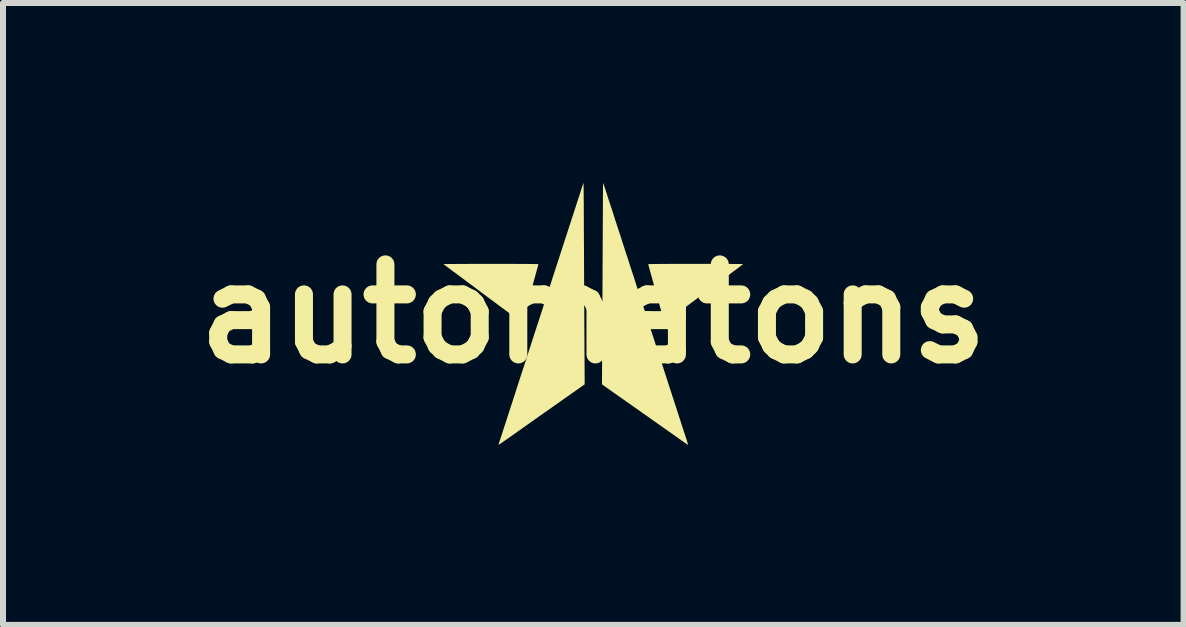
<source format=kicad_pcb>
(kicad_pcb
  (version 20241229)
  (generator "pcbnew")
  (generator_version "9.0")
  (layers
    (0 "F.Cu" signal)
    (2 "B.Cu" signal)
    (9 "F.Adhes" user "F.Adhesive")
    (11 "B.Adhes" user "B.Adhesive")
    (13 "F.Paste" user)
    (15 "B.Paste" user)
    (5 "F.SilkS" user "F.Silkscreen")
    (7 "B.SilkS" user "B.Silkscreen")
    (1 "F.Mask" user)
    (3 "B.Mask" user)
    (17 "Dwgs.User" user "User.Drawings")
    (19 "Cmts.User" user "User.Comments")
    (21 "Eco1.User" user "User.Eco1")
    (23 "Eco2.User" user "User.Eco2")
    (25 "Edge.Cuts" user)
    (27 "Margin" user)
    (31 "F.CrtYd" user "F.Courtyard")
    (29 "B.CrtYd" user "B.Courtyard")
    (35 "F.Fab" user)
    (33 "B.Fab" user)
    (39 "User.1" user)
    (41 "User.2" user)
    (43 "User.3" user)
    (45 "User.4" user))
  (footprint "automatons"
    (layer "F.Cu")
    (at 6.836 2.177)
    (property "Reference" "automatons" (at 0 0 0) (layer "F.SilkS") (effects (font (size 1.5 1.5) (thickness 0.3))))
    (attr board_only exclude_from_pos_files exclude_from_bom)
    (fp_poly (pts (xy -1.596 -0.83) (xy -1.494 -0.83) (xy -1.4 -0.83) (xy -1.313 -0.83) (xy -1.234 -0.829) (xy -1.164 -0.829) (xy -1.101 -0.829) (xy -1.048 -0.828) (xy -1.003 -0.828) (xy -0.967 -0.827) (xy -0.94 -0.827) (xy -0.923 -0.826) (xy -0.915 -0.825) (xy -0.915 -0.825) (xy -0.916 -0.822) (xy -0.917 -0.815) (xy -0.92 -0.804) (xy -0.925 -0.787) (xy -0.931 -0.764) (xy -0.939 -0.735) (xy -0.949 -0.699) (xy -0.961 -0.656) (xy -0.975 -0.604) (xy -0.992 -0.543) (xy -0.997 -0.525) (xy -1.005 -0.497) (xy -1.015 -0.462) (xy -1.026 -0.422) (xy -1.037 -0.381) (xy -1.049 -0.341) (xy -1.052 -0.328) (xy -1.062 -0.291) (xy -1.072 -0.256) (xy -1.082 -0.222) (xy -1.092 -0.185) (xy -1.103 -0.146) (xy -1.115 -0.102) (xy -1.129 -0.052) (xy -1.146 0.006) (xy -1.15 0.022) (xy -1.161 0.062) (xy -1.17 0.092) (xy -1.176 0.115) (xy -1.181 0.131) (xy -1.184 0.141) (xy -1.186 0.146) (xy -1.186 0.148) (xy -1.191 0.145) (xy -1.202 0.138) (xy -1.218 0.126) (xy -1.24 0.11) (xy -1.265 0.091) (xy -1.285 0.077) (xy -1.319 0.051) (xy -1.359 0.022) (xy -1.4 -0.009) (xy -1.441 -0.04) (xy -1.478 -0.067) (xy -1.485 -0.072) (xy -1.562 -0.129) (xy -1.631 -0.181) (xy -1.695 -0.228) (xy -1.753 -0.271) (xy -1.806 -0.311) (xy -1.856 -0.348) (xy -1.903 -0.383) (xy -1.948 -0.417) (xy -1.992 -0.45) (xy -2.037 -0.483) (xy -2.082 -0.516) (xy -2.128 -0.551) (xy -2.177 -0.588) (xy -2.23 -0.627) (xy -2.257 -0.647) (xy -2.299 -0.678) (xy -2.338 -0.707) (xy -2.374 -0.734) (xy -2.406 -0.758) (xy -2.434 -0.779) (xy -2.457 -0.796) (xy -2.474 -0.808) (xy -2.484 -0.815) (xy -2.486 -0.817) (xy -2.493 -0.823) (xy -2.495 -0.826) (xy -2.49 -0.827) (xy -2.476 -0.827) (xy -2.452 -0.827) (xy -2.421 -0.828) (xy -2.381 -0.828) (xy -2.334 -0.828) (xy -2.28 -0.829) (xy -2.22 -0.829) (xy -2.155 -0.829) (xy -2.084 -0.83) (xy -2.008 -0.83) (xy -1.928 -0.83) (xy -1.845 -0.83) (xy -1.759 -0.83) (xy -1.705 -0.83)) (stroke (width 0) (type solid)) (fill yes) (layer "F.SilkS"))
    (fp_poly (pts (xy 1.793 -0.83) (xy 1.878 -0.83) (xy 1.96 -0.83) (xy 2.038 -0.83) (xy 2.112 -0.829) (xy 2.181 -0.829) (xy 2.245 -0.829) (xy 2.302 -0.829) (xy 2.353 -0.828) (xy 2.397 -0.828) (xy 2.434 -0.828) (xy 2.462 -0.827) (xy 2.482 -0.827) (xy 2.493 -0.827) (xy 2.495 -0.826) (xy 2.491 -0.823) (xy 2.479 -0.814) (xy 2.462 -0.8) (xy 2.438 -0.782) (xy 2.41 -0.761) (xy 2.378 -0.736) (xy 2.342 -0.71) (xy 2.308 -0.684) (xy 2.263 -0.65) (xy 2.211 -0.612) (xy 2.156 -0.571) (xy 2.099 -0.528) (xy 2.042 -0.486) (xy 1.987 -0.445) (xy 1.937 -0.408) (xy 1.923 -0.397) (xy 1.88 -0.365) (xy 1.836 -0.333) (xy 1.793 -0.301) (xy 1.752 -0.271) (xy 1.715 -0.243) (xy 1.682 -0.218) (xy 1.655 -0.198) (xy 1.637 -0.185) (xy 1.614 -0.167) (xy 1.584 -0.145) (xy 1.549 -0.119) (xy 1.51 -0.09) (xy 1.469 -0.06) (xy 1.428 -0.029) (xy 1.388 0.001) (xy 1.385 0.003) (xy 1.34 0.037) (xy 1.302 0.065) (xy 1.271 0.088) (xy 1.246 0.107) (xy 1.226 0.121) (xy 1.211 0.132) (xy 1.2 0.139) (xy 1.193 0.144) (xy 1.188 0.147) (xy 1.185 0.147) (xy 1.184 0.146) (xy 1.184 0.144) (xy 1.183 0.142) (xy 1.183 0.141) (xy 1.181 0.134) (xy 1.177 0.118) (xy 1.171 0.097) (xy 1.163 0.07) (xy 1.155 0.041) (xy 1.155 0.04) (xy 1.146 0.009) (xy 1.138 -0.019) (xy 1.131 -0.044) (xy 1.126 -0.064) (xy 1.123 -0.075) (xy 1.119 -0.087) (xy 1.113 -0.107) (xy 1.106 -0.132) (xy 1.099 -0.161) (xy 1.093 -0.18) (xy 1.083 -0.218) (xy 1.07 -0.264) (xy 1.055 -0.317) (xy 1.038 -0.378) (xy 1.019 -0.447) (xy 0.997 -0.524) (xy 0.973 -0.611) (xy 0.958 -0.666) (xy 0.947 -0.703) (xy 0.938 -0.738) (xy 0.93 -0.768) (xy 0.923 -0.793) (xy 0.918 -0.812) (xy 0.915 -0.822) (xy 0.915 -0.825) (xy 0.918 -0.825) (xy 0.928 -0.826) (xy 0.945 -0.827) (xy 0.969 -0.827) (xy 1.001 -0.828) (xy 1.04 -0.828) (xy 1.087 -0.829) (xy 1.142 -0.829) (xy 1.206 -0.829) (xy 1.278 -0.83) (xy 1.359 -0.83) (xy 1.45 -0.83) (xy 1.549 -0.83) (xy 1.659 -0.83) (xy 1.705 -0.83)) (stroke (width 0) (type solid)) (fill yes) (layer "F.SilkS"))
    (fp_poly (pts (xy 0.165 -2.176) (xy 0.166 -2.175) (xy 0.166 -2.175) (xy 0.168 -2.169) (xy 0.173 -2.154) (xy 0.18 -2.132) (xy 0.19 -2.104) (xy 0.2 -2.071) (xy 0.212 -2.034) (xy 0.223 -2.002) (xy 0.235 -1.963) (xy 0.247 -1.925) (xy 0.258 -1.892) (xy 0.268 -1.863) (xy 0.275 -1.839) (xy 0.281 -1.824) (xy 0.283 -1.817) (xy 0.286 -1.808) (xy 0.292 -1.79) (xy 0.3 -1.766) (xy 0.31 -1.735) (xy 0.321 -1.7) (xy 0.333 -1.662) (xy 0.343 -1.633) (xy 0.357 -1.588) (xy 0.372 -1.54) (xy 0.388 -1.493) (xy 0.402 -1.448) (xy 0.416 -1.407) (xy 0.427 -1.372) (xy 0.43 -1.363) (xy 0.443 -1.324) (xy 0.457 -1.281) (xy 0.471 -1.237) (xy 0.484 -1.196) (xy 0.494 -1.165) (xy 0.505 -1.131) (xy 0.518 -1.091) (xy 0.532 -1.048) (xy 0.546 -1.004) (xy 0.559 -0.964) (xy 0.562 -0.958) (xy 0.577 -0.911) (xy 0.595 -0.856) (xy 0.615 -0.792) (xy 0.638 -0.721) (xy 0.664 -0.643) (xy 0.691 -0.559) (xy 0.72 -0.468) (xy 0.733 -0.427) (xy 0.744 -0.395) (xy 0.755 -0.361) (xy 0.767 -0.324) (xy 0.781 -0.282) (xy 0.796 -0.235) (xy 0.813 -0.181) (xy 0.833 -0.12) (xy 0.856 -0.051) (xy 0.859 -0.04) (xy 0.869 -0.01) (xy 0.882 0.028) (xy 0.896 0.072) (xy 0.911 0.119) (xy 0.927 0.168) (xy 0.943 0.217) (xy 0.955 0.255) (xy 0.968 0.297) (xy 0.981 0.337) (xy 0.993 0.373) (xy 1.004 0.405) (xy 1.012 0.431) (xy 1.018 0.45) (xy 1.022 0.461) (xy 1.022 0.463) (xy 1.026 0.475) (xy 1.033 0.494) (xy 1.04 0.518) (xy 1.049 0.544) (xy 1.05 0.547) (xy 1.058 0.572) (xy 1.068 0.604) (xy 1.08 0.64) (xy 1.092 0.678) (xy 1.104 0.715) (xy 1.107 0.725) (xy 1.125 0.779) (xy 1.142 0.831) (xy 1.159 0.883) (xy 1.177 0.938) (xy 1.195 0.995) (xy 1.216 1.058) (xy 1.238 1.128) (xy 1.258 1.188) (xy 1.271 1.228) (xy 1.284 1.268) (xy 1.296 1.305) (xy 1.307 1.338) (xy 1.315 1.366) (xy 1.322 1.386) (xy 1.325 1.395) (xy 1.33 1.41) (xy 1.338 1.434) (xy 1.347 1.463) (xy 1.358 1.498) (xy 1.371 1.536) (xy 1.384 1.576) (xy 1.39 1.595) (xy 1.413 1.667) (xy 1.434 1.732) (xy 1.453 1.79) (xy 1.47 1.844) (xy 1.487 1.894) (xy 1.503 1.944) (xy 1.519 1.994) (xy 1.536 2.046) (xy 1.54 2.057) (xy 1.551 2.09) (xy 1.56 2.121) (xy 1.568 2.146) (xy 1.574 2.167) (xy 1.578 2.18) (xy 1.579 2.185) (xy 1.575 2.183) (xy 1.564 2.177) (xy 1.548 2.167) (xy 1.532 2.155) (xy 1.508 2.139) (xy 1.48 2.119) (xy 1.452 2.099) (xy 1.432 2.085) (xy 1.405 2.066) (xy 1.374 2.044) (xy 1.339 2.019) (xy 1.302 1.993) (xy 1.263 1.966) (xy 1.226 1.94) (xy 1.189 1.914) (xy 1.156 1.89) (xy 1.126 1.869) (xy 1.101 1.852) (xy 1.083 1.839) (xy 1.077 1.835) (xy 1.053 1.818) (xy 1.02 1.795) (xy 0.982 1.768) (xy 0.938 1.736) (xy 0.889 1.702) (xy 0.836 1.665) (xy 0.78 1.625) (xy 0.722 1.584) (xy 0.663 1.543) (xy 0.603 1.501) (xy 0.544 1.459) (xy 0.486 1.418) (xy 0.43 1.379) (xy 0.377 1.342) (xy 0.329 1.308) (xy 0.285 1.277) (xy 0.283 1.275) (xy 0.144 1.177) (xy 0.147 0.693) (xy 0.147 0.64) (xy 0.148 0.578) (xy 0.148 0.507) (xy 0.148 0.429) (xy 0.149 0.343) (xy 0.149 0.252) (xy 0.15 0.154) (xy 0.15 0.052) (xy 0.151 -0.054) (xy 0.151 -0.164) (xy 0.152 -0.277) (xy 0.153 -0.391) (xy 0.153 -0.507) (xy 0.154 -0.623) (xy 0.154 -0.739) (xy 0.155 -0.854) (xy 0.155 -0.935) (xy 0.156 -1.067) (xy 0.156 -1.189) (xy 0.157 -1.303) (xy 0.157 -1.407) (xy 0.158 -1.502) (xy 0.158 -1.59) (xy 0.159 -1.67) (xy 0.159 -1.742) (xy 0.159 -1.807) (xy 0.16 -1.865) (xy 0.16 -1.917) (xy 0.16 -1.963) (xy 0.161 -2.003) (xy 0.161 -2.038) (xy 0.161 -2.068) (xy 0.162 -2.094) (xy 0.162 -2.115) (xy 0.162 -2.132) (xy 0.162 -2.146) (xy 0.163 -2.157) (xy 0.163 -2.165) (xy 0.163 -2.171) (xy 0.164 -2.174) (xy 0.164 -2.176) (xy 0.165 -2.177)) (stroke (width 0) (type solid)) (fill yes) (layer "F.SilkS"))
    (fp_poly (pts (xy -0.164 -2.176) (xy -0.164 -2.175) (xy -0.164 -2.172) (xy -0.163 -2.167) (xy -0.163 -2.16) (xy -0.163 -2.15) (xy -0.162 -2.137) (xy -0.162 -2.12) (xy -0.162 -2.1) (xy -0.161 -2.076) (xy -0.161 -2.048) (xy -0.161 -2.014) (xy -0.16 -1.975) (xy -0.16 -1.931) (xy -0.16 -1.881) (xy -0.159 -1.825) (xy -0.159 -1.762) (xy -0.159 -1.692) (xy -0.158 -1.614) (xy -0.158 -1.529) (xy -0.158 -1.436) (xy -0.157 -1.334) (xy -0.157 -1.224) (xy -0.156 -1.104) (xy -0.155 -0.975) (xy -0.155 -0.935) (xy -0.155 -0.821) (xy -0.154 -0.706) (xy -0.154 -0.59) (xy -0.153 -0.474) (xy -0.152 -0.358) (xy -0.152 -0.244) (xy -0.151 -0.133) (xy -0.151 -0.024) (xy -0.15 0.082) (xy -0.15 0.183) (xy -0.149 0.278) (xy -0.149 0.368) (xy -0.148 0.452) (xy -0.148 0.528) (xy -0.148 0.596) (xy -0.147 0.656) (xy -0.147 0.693) (xy -0.144 1.177) (xy -0.181 1.203) (xy -0.196 1.214) (xy -0.219 1.23) (xy -0.247 1.25) (xy -0.28 1.273) (xy -0.317 1.299) (xy -0.357 1.326) (xy -0.397 1.355) (xy -0.438 1.384) (xy -0.479 1.412) (xy -0.517 1.439) (xy -0.552 1.464) (xy -0.562 1.472) (xy -0.618 1.511) (xy -0.668 1.546) (xy -0.716 1.58) (xy -0.762 1.612) (xy -0.809 1.645) (xy -0.857 1.679) (xy -0.91 1.716) (xy -0.968 1.757) (xy -1 1.78) (xy -1.042 1.81) (xy -1.084 1.839) (xy -1.126 1.869) (xy -1.165 1.896) (xy -1.2 1.921) (xy -1.231 1.943) (xy -1.256 1.96) (xy -1.265 1.967) (xy -1.317 2.004) (xy -1.366 2.039) (xy -1.412 2.071) (xy -1.453 2.099) (xy -1.489 2.125) (xy -1.52 2.146) (xy -1.545 2.163) (xy -1.563 2.176) (xy -1.574 2.183) (xy -1.578 2.185) (xy -1.579 2.181) (xy -1.577 2.174) (xy -1.575 2.166) (xy -1.57 2.15) (xy -1.563 2.128) (xy -1.554 2.101) (xy -1.544 2.07) (xy -1.54 2.058) (xy -1.519 1.994) (xy -1.501 1.939) (xy -1.486 1.89) (xy -1.471 1.846) (xy -1.458 1.806) (xy -1.446 1.769) (xy -1.434 1.732) (xy -1.422 1.694) (xy -1.409 1.654) (xy -1.395 1.61) (xy -1.392 1.603) (xy -1.379 1.562) (xy -1.366 1.522) (xy -1.354 1.485) (xy -1.343 1.452) (xy -1.335 1.424) (xy -1.328 1.404) (xy -1.325 1.395) (xy -1.318 1.374) (xy -1.309 1.347) (xy -1.299 1.316) (xy -1.29 1.287) (xy -1.288 1.282) (xy -1.263 1.203) (xy -1.238 1.126) (xy -1.214 1.052) (xy -1.191 0.981) (xy -1.17 0.916) (xy -1.15 0.856) (xy -1.133 0.803) (xy -1.118 0.758) (xy -1.108 0.725) (xy -1.096 0.69) (xy -1.083 0.649) (xy -1.068 0.602) (xy -1.052 0.554) (xy -1.037 0.506) (xy -1.022 0.461) (xy -1.02 0.455) (xy -1.008 0.416) (xy -0.996 0.38) (xy -0.985 0.347) (xy -0.976 0.319) (xy -0.969 0.297) (xy -0.964 0.282) (xy -0.962 0.278) (xy -0.959 0.268) (xy -0.954 0.251) (xy -0.946 0.226) (xy -0.936 0.195) (xy -0.924 0.16) (xy -0.911 0.121) (xy -0.898 0.079) (xy -0.895 0.07) (xy -0.88 0.023) (xy -0.864 -0.025) (xy -0.848 -0.074) (xy -0.833 -0.12) (xy -0.82 -0.162) (xy -0.808 -0.199) (xy -0.8 -0.223) (xy -0.79 -0.254) (xy -0.777 -0.293) (xy -0.763 -0.337) (xy -0.748 -0.384) (xy -0.732 -0.432) (xy -0.717 -0.478) (xy -0.712 -0.492) (xy -0.698 -0.536) (xy -0.684 -0.582) (xy -0.669 -0.627) (xy -0.655 -0.669) (xy -0.643 -0.707) (xy -0.633 -0.738) (xy -0.63 -0.749) (xy -0.602 -0.834) (xy -0.571 -0.928) (xy -0.538 -1.031) (xy -0.51 -1.117) (xy -0.499 -1.152) (xy -0.485 -1.194) (xy -0.471 -1.238) (xy -0.457 -1.281) (xy -0.444 -1.322) (xy -0.442 -1.325) (xy -0.431 -1.36) (xy -0.418 -1.401) (xy -0.403 -1.448) (xy -0.387 -1.496) (xy -0.371 -1.544) (xy -0.357 -1.589) (xy -0.355 -1.595) (xy -0.342 -1.635) (xy -0.329 -1.674) (xy -0.317 -1.711) (xy -0.307 -1.743) (xy -0.298 -1.769) (xy -0.292 -1.789) (xy -0.29 -1.795) (xy -0.285 -1.81) (xy -0.277 -1.833) (xy -0.268 -1.863) (xy -0.257 -1.898) (xy -0.244 -1.936) (xy -0.231 -1.976) (xy -0.223 -2.002) (xy -0.21 -2.041) (xy -0.198 -2.078) (xy -0.188 -2.11) (xy -0.179 -2.137) (xy -0.172 -2.157) (xy -0.168 -2.171) (xy -0.166 -2.175) (xy -0.165 -2.176) (xy -0.165 -2.177)) (stroke (width 0) (type solid)) (fill yes) (layer "F.SilkS")))
  (gr_rect
    (start -3 -3)
    (end 16.671 7.362)
    (stroke (width 0.1) (type default))
    (fill no)
    (layer "Edge.Cuts")))
</source>
